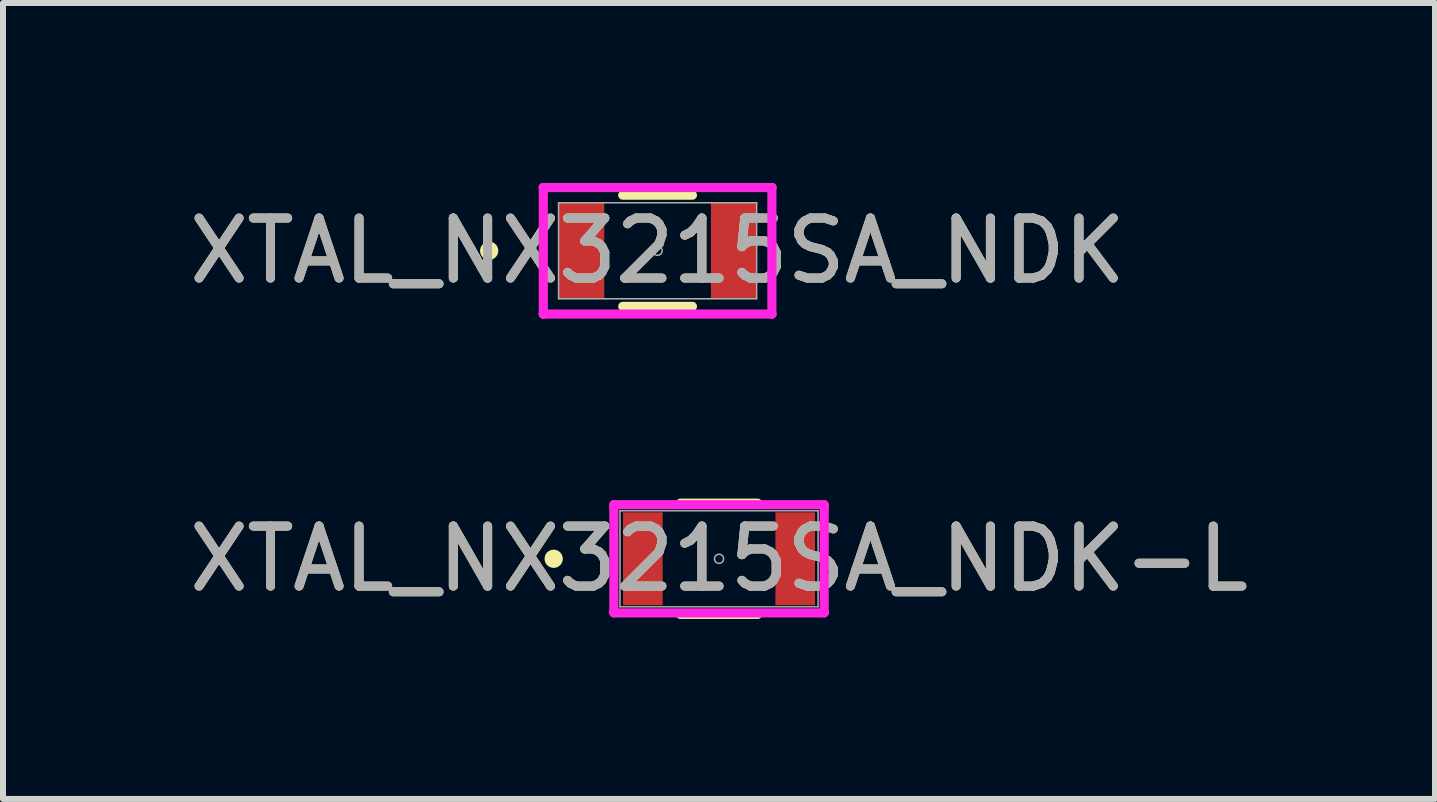
<source format=kicad_pcb>
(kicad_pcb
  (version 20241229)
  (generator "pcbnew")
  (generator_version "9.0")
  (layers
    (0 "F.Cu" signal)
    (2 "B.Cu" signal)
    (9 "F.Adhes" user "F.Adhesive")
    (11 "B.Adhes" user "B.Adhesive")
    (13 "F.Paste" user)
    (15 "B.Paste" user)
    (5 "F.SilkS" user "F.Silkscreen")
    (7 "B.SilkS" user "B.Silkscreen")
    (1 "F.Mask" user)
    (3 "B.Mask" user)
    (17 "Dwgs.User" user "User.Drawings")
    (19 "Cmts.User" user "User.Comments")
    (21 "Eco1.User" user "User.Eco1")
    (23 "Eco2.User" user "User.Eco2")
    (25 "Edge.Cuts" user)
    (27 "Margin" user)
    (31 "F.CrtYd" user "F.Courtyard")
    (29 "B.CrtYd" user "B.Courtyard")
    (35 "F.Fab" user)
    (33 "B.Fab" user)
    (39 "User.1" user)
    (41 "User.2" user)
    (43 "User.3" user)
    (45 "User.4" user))
  (footprint "XTAL_NX3215SA_NDK"
    (layer "F.Cu")
    (at 7.911 1.13)
    (property "Reference" "XTAL_NX3215SA_NDK" (at 0 0 0) (unlocked yes) (layer "F.SilkS") (effects (font (size 1 1) (thickness 0.15))))
    (attr smd)
    (fp_line (start -0.581 0.927) (end 0.581 0.927) (stroke (width 0.152) (type solid)) (layer "F.SilkS"))
    (fp_line (start 0.581 -0.927) (end -0.581 -0.927) (stroke (width 0.152) (type solid)) (layer "F.SilkS"))
    (fp_circle (center -2.807 0) (end -2.731 0) (stroke (width 0.152) (type solid)) (fill no) (layer "F.SilkS"))
    (fp_line (start -1.905 -1.054) (end -1.905 -1.054) (stroke (width 0.152) (type solid)) (layer "F.CrtYd"))
    (fp_line (start -1.905 -1.054) (end -1.905 -1.054) (stroke (width 0.152) (type solid)) (layer "F.CrtYd"))
    (fp_line (start -1.905 -1.054) (end 1.905 -1.054) (stroke (width 0.152) (type solid)) (layer "F.CrtYd"))
    (fp_line (start -1.905 1.054) (end -1.905 -1.054) (stroke (width 0.152) (type solid)) (layer "F.CrtYd"))
    (fp_line (start -1.905 1.054) (end -1.905 1.054) (stroke (width 0.152) (type solid)) (layer "F.CrtYd"))
    (fp_line (start -1.905 1.054) (end -1.905 1.054) (stroke (width 0.152) (type solid)) (layer "F.CrtYd"))
    (fp_line (start 1.905 -1.054) (end 1.905 -1.054) (stroke (width 0.152) (type solid)) (layer "F.CrtYd"))
    (fp_line (start 1.905 -1.054) (end 1.905 -1.054) (stroke (width 0.152) (type solid)) (layer "F.CrtYd"))
    (fp_line (start 1.905 -1.054) (end 1.905 1.054) (stroke (width 0.152) (type solid)) (layer "F.CrtYd"))
    (fp_line (start 1.905 1.054) (end -1.905 1.054) (stroke (width 0.152) (type solid)) (layer "F.CrtYd"))
    (fp_line (start 1.905 1.054) (end 1.905 1.054) (stroke (width 0.152) (type solid)) (layer "F.CrtYd"))
    (fp_line (start 1.905 1.054) (end 1.905 1.054) (stroke (width 0.152) (type solid)) (layer "F.CrtYd"))
    (fp_line (start -1.651 -0.8) (end -1.651 0.8) (stroke (width 0.025) (type solid)) (layer "F.Fab"))
    (fp_line (start -1.651 0.8) (end 1.651 0.8) (stroke (width 0.025) (type solid)) (layer "F.Fab"))
    (fp_line (start 1.651 -0.8) (end -1.651 -0.8) (stroke (width 0.025) (type solid)) (layer "F.Fab"))
    (fp_line (start 1.651 0.8) (end 1.651 -0.8) (stroke (width 0.025) (type solid)) (layer "F.Fab"))
    (fp_circle (center 0 0) (end 0.076 0) (stroke (width 0.025) (type solid)) (fill no) (layer "F.Fab"))
    (fp_text user "${REFERENCE}" (at 0 0 0) (unlocked yes) (layer "F.Fab") (effects (font (size 1 1) (thickness 0.15))))
    (pad "1" smd rect (at -1.27 0) (size 0.762 1.6) (layers "F.Cu" "F.Mask" "F.Paste"))
    (pad "2" smd rect (at 1.27 0) (size 0.762 1.6) (layers "F.Cu" "F.Mask" "F.Paste")))
  (footprint "XTAL_NX3215SA_NDK-L"
    (layer "F.Cu")
    (at 8.935 6.264)
    (property "Reference" "XTAL_NX3215SA_NDK-L" (at 0 0 0) (unlocked yes) (layer "F.SilkS") (effects (font (size 1 1) (thickness 0.15))))
    (attr smd)
    (fp_line (start -0.644 0.927) (end 0.644 0.927) (stroke (width 0.152) (type solid)) (layer "F.SilkS"))
    (fp_line (start 0.644 -0.927) (end -0.644 -0.927) (stroke (width 0.152) (type solid)) (layer "F.SilkS"))
    (fp_circle (center -2.756 0) (end -2.68 0) (stroke (width 0.152) (type solid)) (fill no) (layer "F.SilkS"))
    (fp_line (start -1.753 -0.902) (end 1.753 -0.902) (stroke (width 0.152) (type solid)) (layer "F.CrtYd"))
    (fp_line (start -1.753 -0.876) (end -1.753 -0.902) (stroke (width 0.152) (type solid)) (layer "F.CrtYd"))
    (fp_line (start -1.753 -0.876) (end -1.753 -0.876) (stroke (width 0.152) (type solid)) (layer "F.CrtYd"))
    (fp_line (start -1.753 0.876) (end -1.753 -0.876) (stroke (width 0.152) (type solid)) (layer "F.CrtYd"))
    (fp_line (start -1.753 0.876) (end -1.753 0.876) (stroke (width 0.152) (type solid)) (layer "F.CrtYd"))
    (fp_line (start -1.753 0.902) (end -1.753 0.876) (stroke (width 0.152) (type solid)) (layer "F.CrtYd"))
    (fp_line (start 1.753 -0.902) (end 1.753 -0.876) (stroke (width 0.152) (type solid)) (layer "F.CrtYd"))
    (fp_line (start 1.753 -0.876) (end 1.753 -0.876) (stroke (width 0.152) (type solid)) (layer "F.CrtYd"))
    (fp_line (start 1.753 -0.876) (end 1.753 0.876) (stroke (width 0.152) (type solid)) (layer "F.CrtYd"))
    (fp_line (start 1.753 0.876) (end 1.753 0.876) (stroke (width 0.152) (type solid)) (layer "F.CrtYd"))
    (fp_line (start 1.753 0.876) (end 1.753 0.902) (stroke (width 0.152) (type solid)) (layer "F.CrtYd"))
    (fp_line (start 1.753 0.902) (end -1.753 0.902) (stroke (width 0.152) (type solid)) (layer "F.CrtYd"))
    (fp_line (start -1.651 -0.8) (end -1.651 0.8) (stroke (width 0.025) (type solid)) (layer "F.Fab"))
    (fp_line (start -1.651 0.8) (end 1.651 0.8) (stroke (width 0.025) (type solid)) (layer "F.Fab"))
    (fp_line (start 1.651 -0.8) (end -1.651 -0.8) (stroke (width 0.025) (type solid)) (layer "F.Fab"))
    (fp_line (start 1.651 0.8) (end 1.651 -0.8) (stroke (width 0.025) (type solid)) (layer "F.Fab"))
    (fp_circle (center 0 0) (end 0.076 0) (stroke (width 0.025) (type solid)) (fill no) (layer "F.Fab"))
    (fp_text user "${REFERENCE}" (at 0 0 0) (unlocked yes) (layer "F.Fab") (effects (font (size 1 1) (thickness 0.15))))
    (pad "1" smd rect (at -1.27 0) (size 0.66 1.549) (layers "F.Cu" "F.Mask" "F.Paste"))
    (pad "2" smd rect (at 1.27 0) (size 0.66 1.549) (layers "F.Cu" "F.Mask" "F.Paste")))
  (gr_rect
    (start -3 -3)
    (end 20.869 10.267)
    (stroke (width 0.1) (type default))
    (fill no)
    (layer "Edge.Cuts")))
</source>
